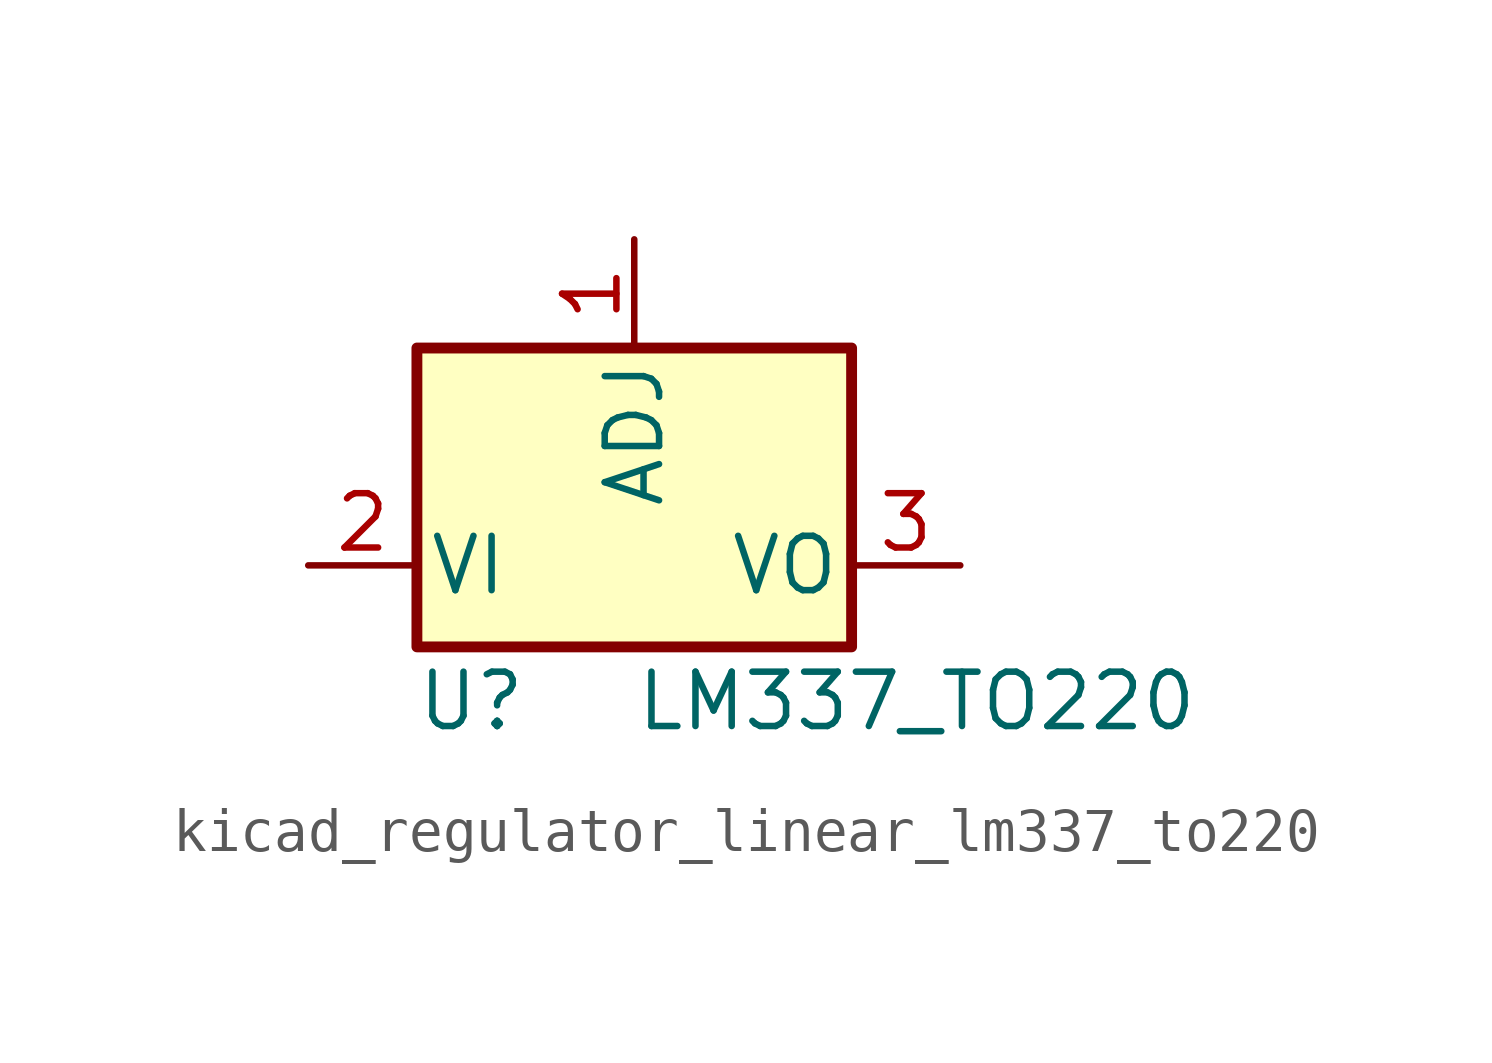
<source format=kicad_sym>
(kicad_symbol_lib
  (version 20220914)
  (generator kicad_symbol_editor)
  (symbol "kicad_regulator_linear_lm337_to220"
    (pin_names
      (offset 0.254))
    (property "Reference" "U"
      (at -3.81 -3.175 0)
      (effects (font (size 1.27 1.27))))
    (property "Value" "LM337_TO220"
      (at 0 -3.175 0)
      (effects (font (size 1.27 1.27)) (justify left)))
    (symbol "kicad_regulator_linear_lm337_to220_0_1"
      (rectangle (start -5.08 5.08) (end 5.08 -1.905) (stroke (width 0.254) (type default)) (fill (type background))))
    (symbol "kicad_regulator_linear_lm337_to220_1_1"
      (pin input line (at 0 7.62 270) (length 2.54) (name "ADJ" (effects (font (size 1.27 1.27)))) (number "1" (effects (font (size 1.27 1.27)))))
      (pin power_in line (at -7.62 0 0) (length 2.54) (name "VI" (effects (font (size 1.27 1.27)))) (number "2" (effects (font (size 1.27 1.27)))))
      (pin power_out line (at 7.62 0 180) (length 2.54) (name "VO" (effects (font (size 1.27 1.27)))) (number "3" (effects (font (size 1.27 1.27))))))))
</source>
